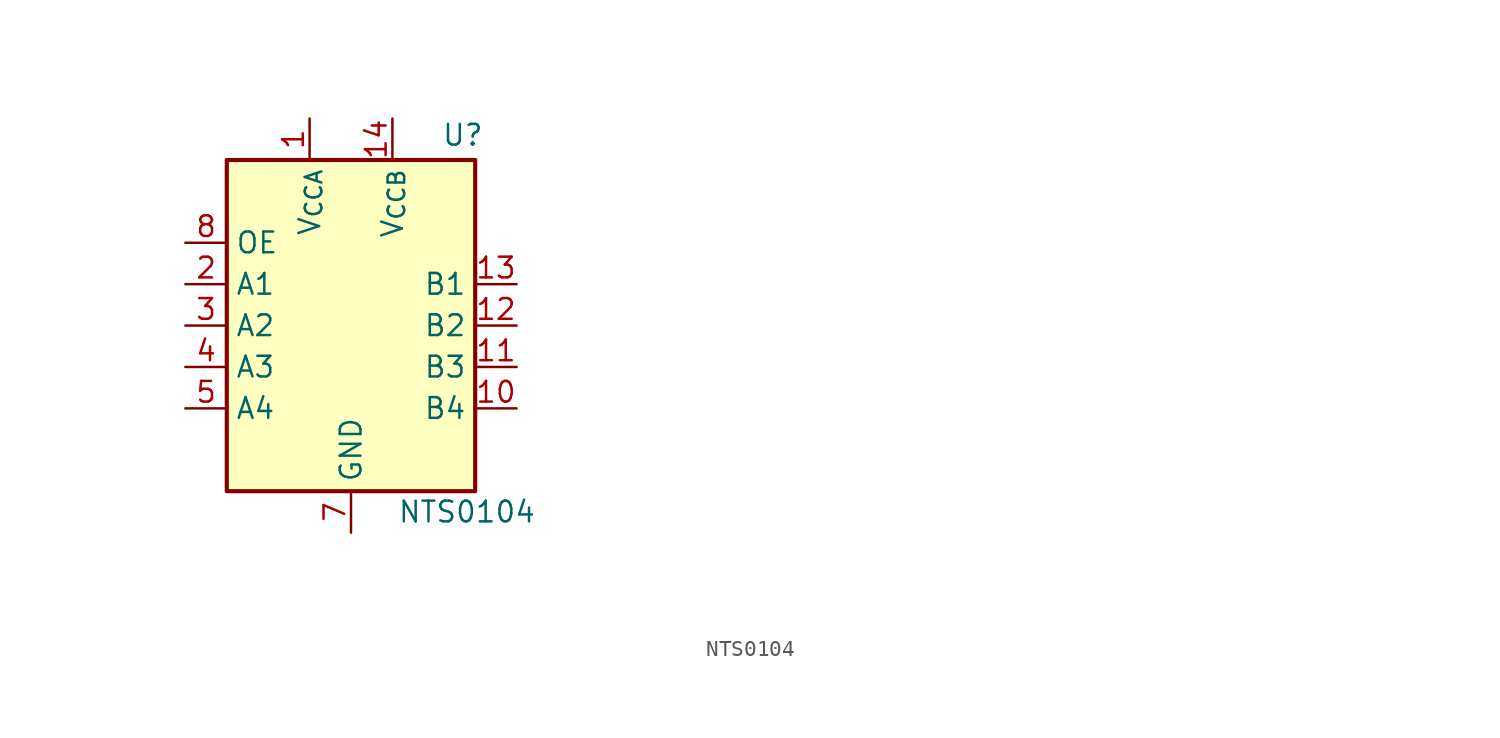
<source format=kicad_sym>
(kicad_symbol_lib
  (version 20231120)
  (generator "kicad_symbol_editor")
  (generator_version "8.0")
  (symbol "NTS0104"
    (property "Reference" "U"
      (at 6.858 11.684 0)
      (effects (font (size 1.27 1.27))))
    (property "Value" "NTS0104"
      (at 7.112 -11.43 0)
      (effects (font (size 1.27 1.27))))
    (symbol "NTS0104_0_1"
      (rectangle (start -7.62 10.16) (end 7.62 -10.16) (stroke (width 0.254) (type default)) (fill (type background))))
    (symbol "NTS0104_1_0"
      (pin no_connect line (at -7.62 -7.62 0) (length 2.54) hide (name "NC" (effects (font (size 1.27 1.27)))) (number "6" (effects (font (size 1.27 1.27)))))
      (pin no_connect line (at 7.62 -7.62 180) (length 2.54) hide (name "NC" (effects (font (size 1.27 1.27)))) (number "9" (effects (font (size 1.27 1.27))))))
    (symbol "NTS0104_1_1"
      (text private "https://www.nxp.com/docs/en/data-sheet/NTS0104.pdf\n" (at 31.75 -14.986 0) (effects (font (size 1.27 1.27))))
      (pin power_in line (at -2.54 12.7 270) (length 2.54) (name "V_{CCA}" (effects (font (size 1.27 1.27)))) (number "1" (effects (font (size 1.27 1.27)))))
      (pin bidirectional line (at 10.16 -5.08 180) (length 2.54) (name "B4" (effects (font (size 1.27 1.27)))) (number "10" (effects (font (size 1.27 1.27)))))
      (pin bidirectional line (at 10.16 -2.54 180) (length 2.54) (name "B3" (effects (font (size 1.27 1.27)))) (number "11" (effects (font (size 1.27 1.27)))))
      (pin bidirectional line (at 10.16 0 180) (length 2.54) (name "B2" (effects (font (size 1.27 1.27)))) (number "12" (effects (font (size 1.27 1.27)))))
      (pin bidirectional line (at 10.16 2.54 180) (length 2.54) (name "B1" (effects (font (size 1.27 1.27)))) (number "13" (effects (font (size 1.27 1.27)))))
      (pin power_in line (at 2.54 12.7 270) (length 2.54) (name "V_{CCB}" (effects (font (size 1.27 1.27)))) (number "14" (effects (font (size 1.27 1.27)))))
      (pin bidirectional line (at -10.16 2.54 0) (length 2.54) (name "A1" (effects (font (size 1.27 1.27)))) (number "2" (effects (font (size 1.27 1.27)))))
      (pin bidirectional line (at -10.16 0 0) (length 2.54) (name "A2" (effects (font (size 1.27 1.27)))) (number "3" (effects (font (size 1.27 1.27)))))
      (pin bidirectional line (at -10.16 -2.54 0) (length 2.54) (name "A3" (effects (font (size 1.27 1.27)))) (number "4" (effects (font (size 1.27 1.27)))))
      (pin bidirectional line (at -10.16 -5.08 0) (length 2.54) (name "A4" (effects (font (size 1.27 1.27)))) (number "5" (effects (font (size 1.27 1.27)))))
      (pin power_in line (at 0 -12.7 90) (length 2.54) (name "GND" (effects (font (size 1.27 1.27)))) (number "7" (effects (font (size 1.27 1.27)))))
      (pin input line (at -10.16 5.08 0) (length 2.54) (name "OE" (effects (font (size 1.27 1.27)))) (number "8" (effects (font (size 1.27 1.27))))))))
</source>
